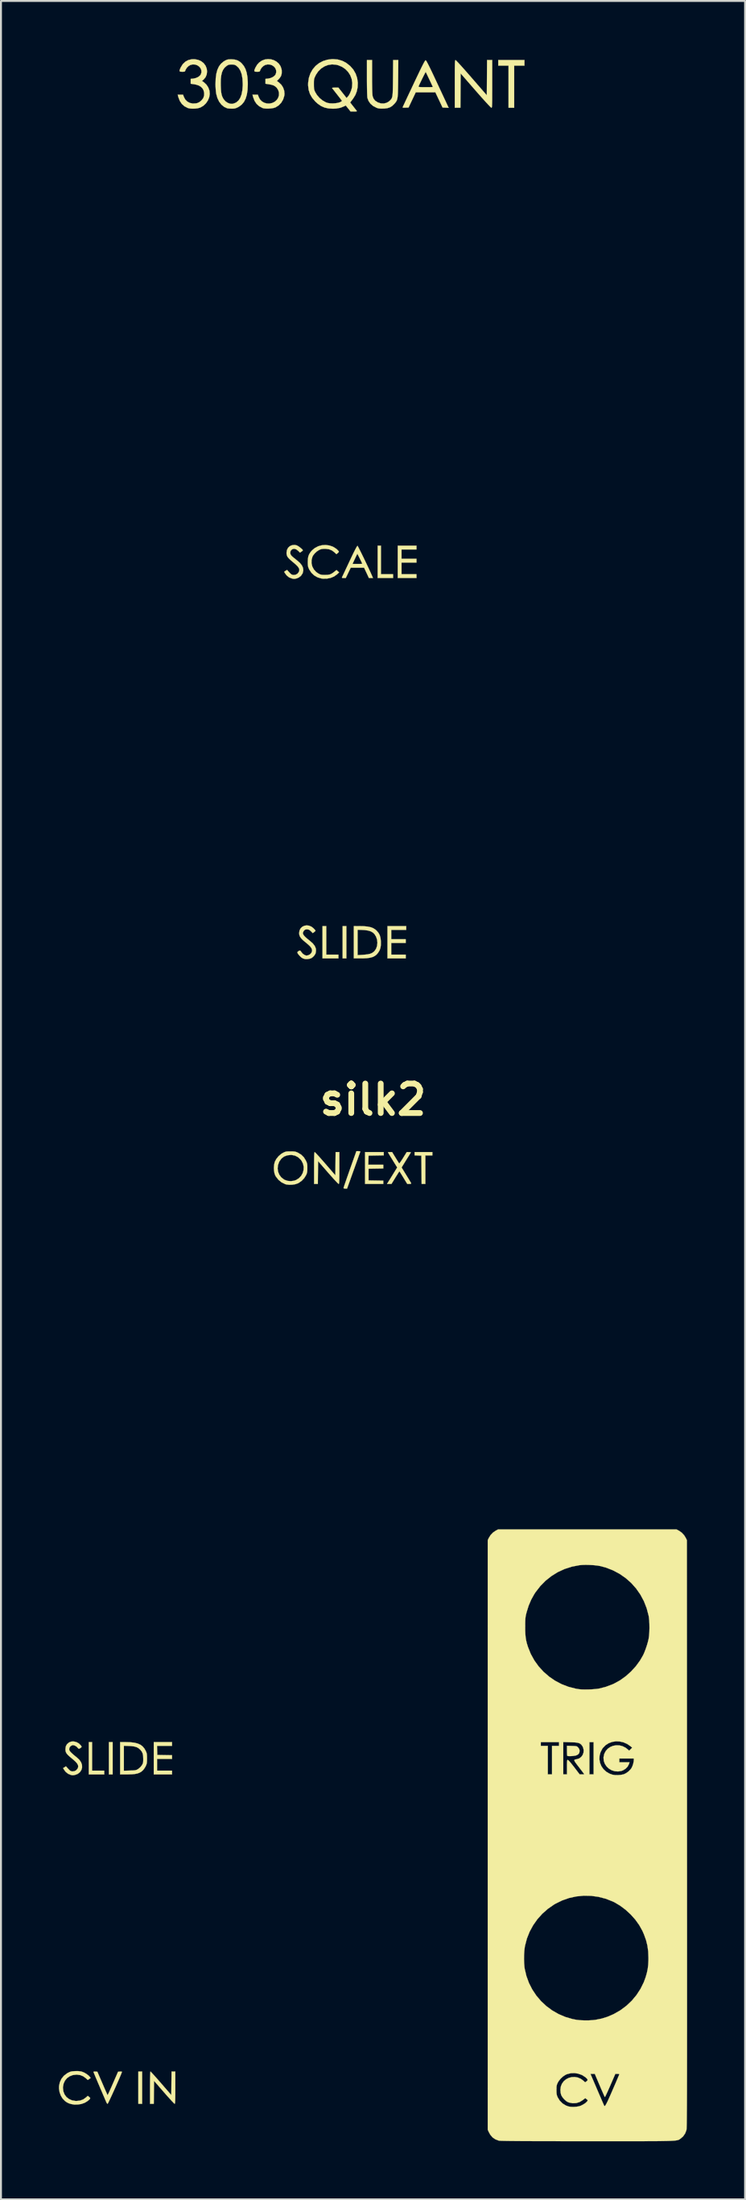
<source format=kicad_pcb>
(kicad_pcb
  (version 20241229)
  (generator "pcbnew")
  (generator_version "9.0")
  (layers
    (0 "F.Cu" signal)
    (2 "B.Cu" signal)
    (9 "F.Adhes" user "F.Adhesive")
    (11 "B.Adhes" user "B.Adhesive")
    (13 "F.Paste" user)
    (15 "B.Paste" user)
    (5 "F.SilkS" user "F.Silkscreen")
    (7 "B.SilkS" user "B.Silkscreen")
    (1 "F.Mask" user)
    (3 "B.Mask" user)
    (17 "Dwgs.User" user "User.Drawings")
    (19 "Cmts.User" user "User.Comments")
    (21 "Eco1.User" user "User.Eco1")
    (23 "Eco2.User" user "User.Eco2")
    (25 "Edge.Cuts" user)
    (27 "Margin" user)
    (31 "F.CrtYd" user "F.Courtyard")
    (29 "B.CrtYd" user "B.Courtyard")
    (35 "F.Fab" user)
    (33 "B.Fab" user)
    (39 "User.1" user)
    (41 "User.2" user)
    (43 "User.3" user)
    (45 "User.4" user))
  (footprint "silk2"
    (layer "F.Cu")
    (at 16.254 53.805)
    (property "Reference" "silk2" (at 0 0 0) (layer "F.SilkS") (effects (font (size 1.524 1.524) (thickness 0.3))))
    (attr through_hole)
    (fp_poly (pts (xy -13.474 34.883) (xy -13.668 34.883) (xy -13.668 33.214) (xy -13.474 33.214) (xy -13.474 34.883)) (stroke (width 0.01) (type solid)) (fill yes) (layer "F.SilkS"))
    (fp_poly (pts (xy -11.95 51.913) (xy -12.144 51.913) (xy -12.144 50.244) (xy -11.95 50.244) (xy -11.95 51.913)) (stroke (width 0.01) (type solid)) (fill yes) (layer "F.SilkS"))
    (fp_poly (pts (xy -1.379 -7.306) (xy -1.572 -7.306) (xy -1.572 -8.975) (xy -1.379 -8.975) (xy -1.379 -7.306)) (stroke (width 0.01) (type solid)) (fill yes) (layer "F.SilkS"))
    (fp_poly (pts (xy -14.538 34.689) (xy -13.91 34.689) (xy -13.91 34.883) (xy -14.708 34.883) (xy -14.708 33.214) (xy -14.538 33.214) (xy -14.538 34.689)) (stroke (width 0.01) (type solid)) (fill yes) (layer "F.SilkS"))
    (fp_poly (pts (xy -2.419 -7.499) (xy -1.79 -7.499) (xy -1.79 -7.306) (xy -2.613 -7.306) (xy -2.613 -8.975) (xy -2.419 -8.975) (xy -2.419 -7.499)) (stroke (width 0.01) (type solid)) (fill yes) (layer "F.SilkS"))
    (fp_poly (pts (xy 0.411 -27.166) (xy 1.04 -27.166) (xy 1.04 -26.972) (xy 0.242 -26.972) (xy 0.242 -28.642) (xy 0.411 -28.642) (xy 0.411 -27.166)) (stroke (width 0.01) (type solid)) (fill yes) (layer "F.SilkS"))
    (fp_poly (pts (xy 7.838 -53.461) (xy 7.306 -53.461) (xy 7.306 -51.284) (xy 7.015 -51.284) (xy 7.015 -53.461) (xy 6.483 -53.461) (xy 6.483 -53.751) (xy 7.838 -53.751) (xy 7.838 -53.461)) (stroke (width 0.01) (type solid)) (fill yes) (layer "F.SilkS"))
    (fp_poly (pts (xy 3.072 2.879) (xy 2.709 2.879) (xy 2.709 4.354) (xy 2.517 4.354) (xy 2.504 2.891) (xy 2.328 2.884) (xy 2.153 2.877) (xy 2.153 2.709) (xy 3.072 2.709) (xy 3.072 2.879)) (stroke (width 0.01) (type solid)) (fill yes) (layer "F.SilkS"))
    (fp_poly (pts (xy 1.718 -8.781) (xy 0.943 -8.781) (xy 0.943 -8.297) (xy 1.693 -8.297) (xy 1.693 -8.104) (xy 0.943 -8.104) (xy 0.943 -7.499) (xy 1.693 -7.499) (xy 1.693 -7.306) (xy 0.75 -7.306) (xy 0.75 -8.975) (xy 1.718 -8.975) (xy 1.718 -8.781)) (stroke (width 0.01) (type solid)) (fill yes) (layer "F.SilkS"))
    (fp_poly (pts (xy 2.25 -28.448) (xy 1.476 -28.448) (xy 1.476 -27.964) (xy 2.25 -27.964) (xy 2.25 -27.771) (xy 1.476 -27.771) (xy 1.476 -27.166) (xy 2.25 -27.166) (xy 2.25 -26.972) (xy 1.282 -26.972) (xy 1.282 -28.642) (xy 2.25 -28.642) (xy 2.25 -28.448)) (stroke (width 0.01) (type solid)) (fill yes) (layer "F.SilkS"))
    (fp_poly (pts (xy -10.402 33.407) (xy -11.178 33.407) (xy -11.171 33.643) (xy -11.164 33.879) (xy -10.402 33.892) (xy -10.402 34.084) (xy -11.176 34.084) (xy -11.176 34.689) (xy -10.402 34.689) (xy -10.402 34.883) (xy -11.345 34.883) (xy -11.345 33.214) (xy -10.402 33.214) (xy -10.402 33.407)) (stroke (width 0.01) (type solid)) (fill yes) (layer "F.SilkS"))
    (fp_poly (pts (xy 0.556 2.877) (xy -0.23 2.891) (xy -0.237 3.127) (xy -0.244 3.362) (xy 0.532 3.362) (xy 0.532 3.555) (xy -0.23 3.568) (xy -0.23 4.173) (xy 0.532 4.186) (xy 0.532 4.354) (xy -0.411 4.354) (xy -0.411 2.709) (xy 0.556 2.709) (xy 0.556 2.877)) (stroke (width 0.01) (type solid)) (fill yes) (layer "F.SilkS"))
    (fp_poly (pts (xy 10.295 33.411) (xy 10.409 33.415) (xy 10.486 33.421) (xy 10.536 33.431) (xy 10.571 33.448) (xy 10.601 33.476) (xy 10.622 33.498) (xy 10.674 33.575) (xy 10.692 33.657) (xy 10.692 33.672) (xy 10.674 33.774) (xy 10.617 33.849) (xy 10.52 33.899) (xy 10.453 33.915) (xy 10.357 33.929) (xy 10.257 33.937) (xy 10.164 33.939) (xy 10.092 33.934) (xy 10.055 33.923) (xy 10.055 33.923) (xy 10.048 33.894) (xy 10.043 33.827) (xy 10.04 33.733) (xy 10.039 33.655) (xy 10.039 33.403) (xy 10.295 33.411)) (stroke (width 0.01) (type solid)) (fill yes) (layer "F.SilkS"))
    (fp_poly (pts (xy -0.685 2.666) (xy -0.659 2.681) (xy -0.66 2.691) (xy -0.67 2.72) (xy -0.695 2.789) (xy -0.733 2.894) (xy -0.781 3.03) (xy -0.839 3.191) (xy -0.904 3.373) (xy -0.975 3.571) (xy -1.007 3.659) (xy -1.343 4.596) (xy -1.433 4.596) (xy -1.498 4.589) (xy -1.524 4.568) (xy -1.524 4.566) (xy -1.516 4.537) (xy -1.494 4.468) (xy -1.459 4.363) (xy -1.412 4.228) (xy -1.356 4.066) (xy -1.292 3.884) (xy -1.223 3.686) (xy -1.192 3.599) (xy -0.859 2.662) (xy -0.753 2.661) (xy -0.685 2.666)) (stroke (width 0.01) (type solid)) (fill yes) (layer "F.SilkS"))
    (fp_poly (pts (xy -10.233 51.078) (xy -10.233 51.307) (xy -10.234 51.491) (xy -10.236 51.636) (xy -10.239 51.746) (xy -10.243 51.823) (xy -10.248 51.874) (xy -10.255 51.903) (xy -10.264 51.913) (xy -10.265 51.913) (xy -10.289 51.895) (xy -10.339 51.845) (xy -10.414 51.767) (xy -10.507 51.665) (xy -10.617 51.544) (xy -10.738 51.407) (xy -10.816 51.318) (xy -11.333 50.724) (xy -11.346 51.913) (xy -11.539 51.913) (xy -11.539 51.078) (xy -11.538 50.88) (xy -11.537 50.699) (xy -11.534 50.541) (xy -11.53 50.412) (xy -11.526 50.315) (xy -11.522 50.258) (xy -11.518 50.244) (xy -11.497 50.261) (xy -11.449 50.311) (xy -11.377 50.389) (xy -11.285 50.492) (xy -11.177 50.613) (xy -11.057 50.75) (xy -10.967 50.853) (xy -10.438 51.463) (xy -10.432 50.853) (xy -10.425 50.244) (xy -10.233 50.244) (xy -10.233 51.078)) (stroke (width 0.01) (type solid)) (fill yes) (layer "F.SilkS"))
    (fp_poly (pts (xy -1.742 3.532) (xy -1.742 3.756) (xy -1.743 3.936) (xy -1.744 4.077) (xy -1.747 4.183) (xy -1.751 4.259) (xy -1.756 4.309) (xy -1.763 4.339) (xy -1.771 4.352) (xy -1.778 4.354) (xy -1.802 4.337) (xy -1.853 4.287) (xy -1.928 4.209) (xy -2.023 4.107) (xy -2.132 3.986) (xy -2.253 3.85) (xy -2.328 3.765) (xy -2.842 3.175) (xy -2.849 3.765) (xy -2.855 4.354) (xy -3.048 4.354) (xy -3.048 3.532) (xy -3.048 3.301) (xy -3.046 3.114) (xy -3.044 2.969) (xy -3.041 2.859) (xy -3.036 2.783) (xy -3.03 2.736) (xy -3.023 2.713) (xy -3.018 2.71) (xy -2.995 2.728) (xy -2.945 2.778) (xy -2.872 2.857) (xy -2.778 2.959) (xy -2.67 3.081) (xy -2.549 3.218) (xy -2.467 3.312) (xy -1.947 3.913) (xy -1.941 3.311) (xy -1.934 2.709) (xy -1.742 2.709) (xy -1.742 3.532)) (stroke (width 0.01) (type solid)) (fill yes) (layer "F.SilkS"))
    (fp_poly (pts (xy -0.708 -8.974) (xy -0.476 -8.969) (xy -0.285 -8.951) (xy -0.127 -8.919) (xy 0.002 -8.871) (xy 0.11 -8.806) (xy 0.187 -8.739) (xy 0.282 -8.628) (xy 0.347 -8.509) (xy 0.387 -8.37) (xy 0.406 -8.199) (xy 0.407 -8.173) (xy 0.406 -7.993) (xy 0.384 -7.846) (xy 0.338 -7.718) (xy 0.265 -7.598) (xy 0.185 -7.504) (xy 0.093 -7.432) (xy -0.017 -7.378) (xy -0.153 -7.34) (xy -0.32 -7.317) (xy -0.525 -7.307) (xy -0.635 -7.306) (xy -0.992 -7.306) (xy -0.992 -7.475) (xy -0.798 -7.475) (xy -0.744 -7.476) (xy -0.698 -7.478) (xy -0.616 -7.484) (xy -0.512 -7.491) (xy -0.435 -7.497) (xy -0.27 -7.515) (xy -0.142 -7.545) (xy -0.042 -7.588) (xy 0.043 -7.651) (xy 0.077 -7.684) (xy 0.16 -7.805) (xy 0.211 -7.951) (xy 0.229 -8.112) (xy 0.212 -8.275) (xy 0.159 -8.428) (xy 0.088 -8.547) (xy -0.000327 -8.637) (xy -0.111 -8.702) (xy -0.253 -8.745) (xy -0.43 -8.77) (xy -0.526 -8.776) (xy -0.798 -8.788) (xy -0.798 -7.475) (xy -0.992 -7.475) (xy -0.992 -8.975) (xy -0.708 -8.974)) (stroke (width 0.01) (type solid)) (fill yes) (layer "F.SilkS"))
    (fp_poly (pts (xy 6.169 -52.516) (xy 6.169 -52.24) (xy 6.168 -52.008) (xy 6.168 -51.818) (xy 6.167 -51.664) (xy 6.165 -51.542) (xy 6.162 -51.45) (xy 6.159 -51.383) (xy 6.155 -51.337) (xy 6.149 -51.309) (xy 6.142 -51.293) (xy 6.133 -51.288) (xy 6.123 -51.288) (xy 6.122 -51.288) (xy 6.097 -51.308) (xy 6.043 -51.36) (xy 5.965 -51.442) (xy 5.864 -51.551) (xy 5.744 -51.683) (xy 5.609 -51.833) (xy 5.462 -52) (xy 5.305 -52.178) (xy 4.536 -53.061) (xy 4.523 -51.284) (xy 4.233 -51.284) (xy 4.233 -52.519) (xy 4.233 -52.796) (xy 4.234 -53.028) (xy 4.234 -53.219) (xy 4.236 -53.374) (xy 4.238 -53.495) (xy 4.24 -53.588) (xy 4.244 -53.655) (xy 4.248 -53.7) (xy 4.254 -53.728) (xy 4.261 -53.743) (xy 4.27 -53.747) (xy 4.275 -53.747) (xy 4.298 -53.727) (xy 4.35 -53.675) (xy 4.428 -53.593) (xy 4.527 -53.485) (xy 4.644 -53.354) (xy 4.778 -53.204) (xy 4.923 -53.039) (xy 5.078 -52.862) (xy 5.103 -52.833) (xy 5.89 -51.927) (xy 5.897 -52.839) (xy 5.903 -53.751) (xy 6.169 -53.751) (xy 6.169 -52.516)) (stroke (width 0.01) (type solid)) (fill yes) (layer "F.SilkS"))
    (fp_poly (pts (xy -12.998 50.254) (xy -12.997 50.277) (xy -13 50.284) (xy -13.031 50.364) (xy -13.075 50.472) (xy -13.131 50.604) (xy -13.196 50.753) (xy -13.267 50.914) (xy -13.341 51.08) (xy -13.416 51.246) (xy -13.489 51.406) (xy -13.557 51.554) (xy -13.618 51.684) (xy -13.669 51.79) (xy -13.707 51.867) (xy -13.73 51.908) (xy -13.735 51.913) (xy -13.765 51.893) (xy -13.796 51.843) (xy -13.8 51.834) (xy -13.817 51.793) (xy -13.851 51.714) (xy -13.899 51.602) (xy -13.959 51.463) (xy -14.027 51.304) (xy -14.102 51.13) (xy -14.149 51.018) (xy -14.225 50.841) (xy -14.294 50.678) (xy -14.355 50.535) (xy -14.404 50.416) (xy -14.441 50.327) (xy -14.462 50.274) (xy -14.466 50.261) (xy -14.445 50.25) (xy -14.391 50.247) (xy -14.366 50.248) (xy -14.266 50.256) (xy -14.007 50.854) (xy -13.939 51.013) (xy -13.876 51.156) (xy -13.822 51.279) (xy -13.779 51.376) (xy -13.75 51.439) (xy -13.737 51.464) (xy -13.737 51.464) (xy -13.725 51.446) (xy -13.696 51.389) (xy -13.653 51.299) (xy -13.599 51.18) (xy -13.536 51.04) (xy -13.467 50.882) (xy -13.46 50.866) (xy -13.194 50.256) (xy -13.089 50.248) (xy -13.025 50.246) (xy -12.998 50.254)) (stroke (width 0.01) (type solid)) (fill yes) (layer "F.SilkS"))
    (fp_poly (pts (xy -12.803 33.214) (xy -12.554 33.221) (xy -12.347 33.245) (xy -12.176 33.288) (xy -12.036 33.351) (xy -11.922 33.437) (xy -11.829 33.549) (xy -11.759 33.673) (xy -11.73 33.741) (xy -11.711 33.803) (xy -11.701 33.875) (xy -11.697 33.971) (xy -11.696 34.06) (xy -11.698 34.182) (xy -11.703 34.269) (xy -11.716 34.337) (xy -11.738 34.401) (xy -11.759 34.449) (xy -11.81 34.54) (xy -11.871 34.627) (xy -11.907 34.669) (xy -11.989 34.74) (xy -12.08 34.794) (xy -12.187 34.834) (xy -12.317 34.86) (xy -12.478 34.876) (xy -12.677 34.882) (xy -12.752 34.883) (xy -13.087 34.883) (xy -13.087 34.695) (xy -12.894 34.695) (xy -12.582 34.685) (xy -12.452 34.681) (xy -12.36 34.675) (xy -12.293 34.665) (xy -12.243 34.651) (xy -12.196 34.629) (xy -12.153 34.603) (xy -12.042 34.512) (xy -11.963 34.412) (xy -11.927 34.351) (xy -11.906 34.297) (xy -11.894 34.236) (xy -11.89 34.151) (xy -11.89 34.074) (xy -11.896 33.923) (xy -11.919 33.805) (xy -11.963 33.708) (xy -12.033 33.619) (xy -12.056 33.595) (xy -12.141 33.524) (xy -12.237 33.473) (xy -12.353 33.439) (xy -12.501 33.419) (xy -12.621 33.412) (xy -12.894 33.401) (xy -12.894 34.695) (xy -13.087 34.695) (xy -13.087 33.214) (xy -12.803 33.214)) (stroke (width 0.01) (type solid)) (fill yes) (layer "F.SilkS"))
    (fp_poly (pts (xy -0.787 -28.614) (xy -0.754 -28.554) (xy -0.706 -28.461) (xy -0.646 -28.342) (xy -0.577 -28.202) (xy -0.501 -28.047) (xy -0.422 -27.883) (xy -0.342 -27.715) (xy -0.263 -27.55) (xy -0.19 -27.393) (xy -0.124 -27.25) (xy -0.069 -27.126) (xy -0.036 -27.051) (xy -0.002 -26.972) (xy -0.211 -26.972) (xy -0.335 -27.238) (xy -0.46 -27.505) (xy -1.153 -27.505) (xy -1.41 -26.972) (xy -1.516 -26.972) (xy -1.581 -26.975) (xy -1.607 -26.985) (xy -1.605 -27.008) (xy -1.602 -27.015) (xy -1.587 -27.046) (xy -1.554 -27.115) (xy -1.505 -27.218) (xy -1.443 -27.349) (xy -1.371 -27.503) (xy -1.29 -27.675) (xy -1.279 -27.698) (xy -1.062 -27.698) (xy -0.809 -27.698) (xy -0.705 -27.699) (xy -0.622 -27.701) (xy -0.569 -27.704) (xy -0.556 -27.707) (xy -0.566 -27.734) (xy -0.592 -27.792) (xy -0.63 -27.871) (xy -0.673 -27.96) (xy -0.718 -28.051) (xy -0.759 -28.131) (xy -0.791 -28.192) (xy -0.809 -28.223) (xy -0.812 -28.225) (xy -0.824 -28.201) (xy -0.853 -28.142) (xy -0.894 -28.057) (xy -0.941 -27.957) (xy -1.062 -27.698) (xy -1.279 -27.698) (xy -1.208 -27.85) (xy -1.099 -28.08) (xy -1.006 -28.272) (xy -0.929 -28.425) (xy -0.87 -28.537) (xy -0.828 -28.608) (xy -0.805 -28.636) (xy -0.803 -28.636) (xy -0.787 -28.614)) (stroke (width 0.01) (type solid)) (fill yes) (layer "F.SilkS"))
    (fp_poly (pts (xy -15.128 50.238) (xy -15.068 50.252) (xy -14.945 50.301) (xy -14.821 50.374) (xy -14.714 50.457) (xy -14.662 50.513) (xy -14.613 50.575) (xy -14.686 50.629) (xy -14.759 50.682) (xy -14.857 50.593) (xy -15 50.489) (xy -15.152 50.428) (xy -15.325 50.405) (xy -15.349 50.405) (xy -15.535 50.427) (xy -15.698 50.489) (xy -15.836 50.586) (xy -15.943 50.716) (xy -16.014 50.872) (xy -16.046 51.051) (xy -16.047 51.092) (xy -16.026 51.271) (xy -15.964 51.429) (xy -15.866 51.562) (xy -15.735 51.665) (xy -15.577 51.735) (xy -15.397 51.766) (xy -15.349 51.768) (xy -15.163 51.748) (xy -15.001 51.689) (xy -14.869 51.597) (xy -14.762 51.502) (xy -14.698 51.552) (xy -14.655 51.593) (xy -14.635 51.625) (xy -14.635 51.627) (xy -14.655 51.667) (xy -14.709 51.72) (xy -14.786 51.779) (xy -14.877 51.836) (xy -14.941 51.869) (xy -15.099 51.923) (xy -15.28 51.951) (xy -15.463 51.952) (xy -15.622 51.925) (xy -15.732 51.891) (xy -15.815 51.853) (xy -15.895 51.802) (xy -15.945 51.764) (xy -16.062 51.644) (xy -16.155 51.491) (xy -16.219 51.317) (xy -16.249 51.132) (xy -16.248 50.997) (xy -16.206 50.797) (xy -16.122 50.618) (xy -15.998 50.465) (xy -15.836 50.34) (xy -15.791 50.315) (xy -15.709 50.274) (xy -15.638 50.249) (xy -15.559 50.234) (xy -15.455 50.226) (xy -15.419 50.224) (xy -15.257 50.223) (xy -15.128 50.238)) (stroke (width 0.01) (type solid)) (fill yes) (layer "F.SilkS"))
    (fp_poly (pts (xy 1.163 2.994) (xy 1.228 3.099) (xy 1.284 3.189) (xy 1.327 3.256) (xy 1.352 3.293) (xy 1.354 3.297) (xy 1.372 3.284) (xy 1.41 3.237) (xy 1.463 3.161) (xy 1.526 3.064) (xy 1.558 3.012) (xy 1.746 2.709) (xy 1.853 2.709) (xy 1.917 2.712) (xy 1.955 2.718) (xy 1.959 2.721) (xy 1.947 2.746) (xy 1.916 2.799) (xy 1.878 2.86) (xy 1.833 2.933) (xy 1.77 3.032) (xy 1.7 3.146) (xy 1.638 3.246) (xy 1.479 3.504) (xy 1.722 3.899) (xy 1.799 4.024) (xy 1.867 4.135) (xy 1.922 4.227) (xy 1.96 4.292) (xy 1.977 4.324) (xy 1.977 4.324) (xy 1.968 4.344) (xy 1.919 4.353) (xy 1.881 4.354) (xy 1.773 4.354) (xy 1.574 4.028) (xy 1.506 3.917) (xy 1.447 3.822) (xy 1.401 3.75) (xy 1.373 3.709) (xy 1.367 3.701) (xy 1.352 3.721) (xy 1.317 3.774) (xy 1.265 3.856) (xy 1.201 3.957) (xy 1.157 4.027) (xy 0.956 4.354) (xy 0.725 4.354) (xy 0.82 4.203) (xy 0.871 4.122) (xy 0.938 4.014) (xy 1.013 3.893) (xy 1.084 3.778) (xy 1.253 3.504) (xy 1.014 3.117) (xy 0.939 2.995) (xy 0.873 2.888) (xy 0.821 2.802) (xy 0.787 2.743) (xy 0.774 2.719) (xy 0.774 2.719) (xy 0.796 2.713) (xy 0.85 2.71) (xy 0.881 2.709) (xy 0.989 2.709) (xy 1.163 2.994)) (stroke (width 0.01) (type solid)) (fill yes) (layer "F.SilkS"))
    (fp_poly (pts (xy -0.048 -52.882) (xy -0.048 -52.633) (xy -0.045 -52.413) (xy -0.042 -52.226) (xy -0.037 -52.074) (xy -0.03 -51.963) (xy -0.023 -51.895) (xy -0.022 -51.889) (xy 0.028 -51.754) (xy 0.114 -51.647) (xy 0.241 -51.565) (xy 0.253 -51.559) (xy 0.409 -51.509) (xy 0.564 -51.504) (xy 0.709 -51.541) (xy 0.838 -51.62) (xy 0.869 -51.649) (xy 0.907 -51.687) (xy 0.939 -51.724) (xy 0.964 -51.763) (xy 0.984 -51.81) (xy 1 -51.869) (xy 1.011 -51.945) (xy 1.02 -52.044) (xy 1.025 -52.17) (xy 1.029 -52.328) (xy 1.032 -52.524) (xy 1.034 -52.762) (xy 1.035 -52.826) (xy 1.043 -53.751) (xy 1.309 -53.751) (xy 1.301 -52.79) (xy 1.298 -52.531) (xy 1.295 -52.315) (xy 1.291 -52.139) (xy 1.286 -51.995) (xy 1.277 -51.88) (xy 1.265 -51.789) (xy 1.249 -51.716) (xy 1.228 -51.657) (xy 1.201 -51.607) (xy 1.168 -51.561) (xy 1.128 -51.513) (xy 1.101 -51.483) (xy 0.993 -51.379) (xy 0.881 -51.308) (xy 0.753 -51.265) (xy 0.596 -51.244) (xy 0.532 -51.242) (xy 0.406 -51.241) (xy 0.312 -51.248) (xy 0.235 -51.265) (xy 0.184 -51.283) (xy 0.007 -51.375) (xy -0.133 -51.495) (xy -0.233 -51.64) (xy -0.288 -51.792) (xy -0.295 -51.844) (xy -0.3 -51.941) (xy -0.305 -52.076) (xy -0.309 -52.246) (xy -0.312 -52.445) (xy -0.314 -52.67) (xy -0.314 -52.826) (xy -0.314 -53.751) (xy -0.048 -53.751) (xy -0.048 -52.882)) (stroke (width 0.01) (type solid)) (fill yes) (layer "F.SilkS"))
    (fp_poly (pts (xy -2.26 -28.653) (xy -2.076 -28.591) (xy -1.911 -28.489) (xy -1.853 -28.44) (xy -1.803 -28.387) (xy -1.771 -28.346) (xy -1.766 -28.332) (xy -1.783 -28.301) (xy -1.826 -28.259) (xy -1.831 -28.255) (xy -1.895 -28.205) (xy -1.982 -28.289) (xy -2.119 -28.394) (xy -2.275 -28.458) (xy -2.455 -28.482) (xy -2.492 -28.482) (xy -2.603 -28.478) (xy -2.688 -28.463) (xy -2.767 -28.432) (xy -2.796 -28.418) (xy -2.908 -28.344) (xy -3.013 -28.247) (xy -3.097 -28.142) (xy -3.134 -28.074) (xy -3.18 -27.904) (xy -3.182 -27.732) (xy -3.142 -27.566) (xy -3.062 -27.415) (xy -2.946 -27.286) (xy -2.83 -27.205) (xy -2.761 -27.168) (xy -2.701 -27.146) (xy -2.636 -27.134) (xy -2.547 -27.13) (xy -2.48 -27.13) (xy -2.347 -27.134) (xy -2.245 -27.151) (xy -2.157 -27.186) (xy -2.064 -27.246) (xy -1.991 -27.302) (xy -1.89 -27.384) (xy -1.822 -27.323) (xy -1.754 -27.262) (xy -1.869 -27.155) (xy -2.016 -27.051) (xy -2.191 -26.978) (xy -2.385 -26.94) (xy -2.587 -26.938) (xy -2.68 -26.95) (xy -2.871 -27.007) (xy -3.042 -27.106) (xy -3.186 -27.242) (xy -3.299 -27.412) (xy -3.307 -27.428) (xy -3.338 -27.498) (xy -3.358 -27.562) (xy -3.369 -27.634) (xy -3.373 -27.729) (xy -3.374 -27.807) (xy -3.367 -27.97) (xy -3.344 -28.1) (xy -3.298 -28.211) (xy -3.226 -28.318) (xy -3.156 -28.399) (xy -3.006 -28.525) (xy -2.834 -28.613) (xy -2.646 -28.665) (xy -2.452 -28.678) (xy -2.26 -28.653)) (stroke (width 0.01) (type solid)) (fill yes) (layer "F.SilkS"))
    (fp_poly (pts (xy -15.346 33.215) (xy -15.225 33.281) (xy -15.127 33.378) (xy -15.123 33.382) (xy -15.088 33.433) (xy -15.081 33.462) (xy -15.1 33.485) (xy -15.111 33.494) (xy -15.176 33.541) (xy -15.219 33.557) (xy -15.253 33.541) (xy -15.287 33.5) (xy -15.354 33.435) (xy -15.437 33.389) (xy -15.519 33.368) (xy -15.562 33.372) (xy -15.65 33.42) (xy -15.707 33.495) (xy -15.724 33.572) (xy -15.717 33.627) (xy -15.69 33.679) (xy -15.636 33.741) (xy -15.609 33.767) (xy -15.528 33.842) (xy -15.43 33.925) (xy -15.345 33.992) (xy -15.206 34.118) (xy -15.111 34.251) (xy -15.061 34.389) (xy -15.056 34.527) (xy -15.089 34.646) (xy -15.168 34.767) (xy -15.281 34.855) (xy -15.41 34.905) (xy -15.485 34.921) (xy -15.536 34.926) (xy -15.585 34.921) (xy -15.643 34.908) (xy -15.775 34.854) (xy -15.894 34.762) (xy -15.969 34.668) (xy -16.038 34.559) (xy -15.891 34.465) (xy -15.777 34.591) (xy -15.707 34.663) (xy -15.651 34.704) (xy -15.595 34.724) (xy -15.567 34.729) (xy -15.456 34.719) (xy -15.359 34.668) (xy -15.287 34.582) (xy -15.274 34.554) (xy -15.256 34.479) (xy -15.266 34.405) (xy -15.309 34.324) (xy -15.386 34.233) (xy -15.502 34.127) (xy -15.574 34.066) (xy -15.7 33.961) (xy -15.792 33.876) (xy -15.854 33.804) (xy -15.892 33.736) (xy -15.911 33.666) (xy -15.917 33.586) (xy -15.917 33.576) (xy -15.899 33.437) (xy -15.841 33.326) (xy -15.743 33.239) (xy -15.725 33.228) (xy -15.607 33.185) (xy -15.477 33.182) (xy -15.346 33.215)) (stroke (width 0.01) (type solid)) (fill yes) (layer "F.SilkS"))
    (fp_poly (pts (xy -3.965 -28.665) (xy -3.909 -28.641) (xy -3.839 -28.597) (xy -3.764 -28.542) (xy -3.697 -28.485) (xy -3.648 -28.436) (xy -3.629 -28.403) (xy -3.629 -28.402) (xy -3.647 -28.38) (xy -3.692 -28.344) (xy -3.704 -28.335) (xy -3.778 -28.283) (xy -3.869 -28.374) (xy -3.969 -28.451) (xy -4.066 -28.483) (xy -4.15 -28.472) (xy -4.232 -28.42) (xy -4.275 -28.342) (xy -4.282 -28.279) (xy -4.277 -28.23) (xy -4.261 -28.183) (xy -4.227 -28.134) (xy -4.171 -28.077) (xy -4.087 -28.005) (xy -3.97 -27.912) (xy -3.94 -27.889) (xy -3.787 -27.755) (xy -3.681 -27.625) (xy -3.622 -27.496) (xy -3.607 -27.366) (xy -3.636 -27.234) (xy -3.651 -27.199) (xy -3.727 -27.087) (xy -3.838 -27) (xy -3.955 -26.951) (xy -4.037 -26.932) (xy -4.102 -26.929) (xy -4.176 -26.942) (xy -4.197 -26.947) (xy -4.34 -27.002) (xy -4.458 -27.096) (xy -4.511 -27.161) (xy -4.556 -27.224) (xy -4.587 -27.271) (xy -4.596 -27.288) (xy -4.577 -27.307) (xy -4.532 -27.339) (xy -4.522 -27.345) (xy -4.447 -27.389) (xy -4.334 -27.263) (xy -4.265 -27.192) (xy -4.209 -27.151) (xy -4.152 -27.131) (xy -4.124 -27.126) (xy -4.014 -27.136) (xy -3.917 -27.187) (xy -3.846 -27.272) (xy -3.833 -27.298) (xy -3.813 -27.364) (xy -3.815 -27.427) (xy -3.841 -27.492) (xy -3.895 -27.566) (xy -3.981 -27.654) (xy -4.102 -27.76) (xy -4.159 -27.808) (xy -4.28 -27.911) (xy -4.366 -27.995) (xy -4.423 -28.067) (xy -4.456 -28.136) (xy -4.472 -28.21) (xy -4.475 -28.279) (xy -4.454 -28.417) (xy -4.395 -28.532) (xy -4.305 -28.617) (xy -4.19 -28.668) (xy -4.058 -28.681) (xy -3.965 -28.665)) (stroke (width 0.01) (type solid)) (fill yes) (layer "F.SilkS"))
    (fp_poly (pts (xy -3.313 -8.997) (xy -3.19 -8.947) (xy -3.08 -8.862) (xy -3.024 -8.804) (xy -2.987 -8.758) (xy -2.975 -8.738) (xy -2.993 -8.712) (xy -3.037 -8.673) (xy -3.046 -8.666) (xy -3.116 -8.613) (xy -3.212 -8.709) (xy -3.288 -8.774) (xy -3.359 -8.804) (xy -3.448 -8.808) (xy -3.471 -8.807) (xy -3.533 -8.78) (xy -3.588 -8.722) (xy -3.623 -8.649) (xy -3.629 -8.607) (xy -3.616 -8.553) (xy -3.576 -8.49) (xy -3.506 -8.414) (xy -3.401 -8.32) (xy -3.266 -8.212) (xy -3.116 -8.08) (xy -3.015 -7.95) (xy -2.961 -7.822) (xy -2.951 -7.74) (xy -2.957 -7.654) (xy -2.97 -7.576) (xy -2.977 -7.555) (xy -3.026 -7.47) (xy -3.102 -7.385) (xy -3.186 -7.322) (xy -3.193 -7.318) (xy -3.281 -7.288) (xy -3.39 -7.271) (xy -3.496 -7.271) (xy -3.544 -7.279) (xy -3.63 -7.307) (xy -3.703 -7.351) (xy -3.778 -7.42) (xy -3.82 -7.466) (xy -3.882 -7.542) (xy -3.911 -7.594) (xy -3.909 -7.632) (xy -3.876 -7.666) (xy -3.859 -7.678) (xy -3.807 -7.708) (xy -3.771 -7.709) (xy -3.737 -7.676) (xy -3.706 -7.631) (xy -3.637 -7.549) (xy -3.551 -7.487) (xy -3.466 -7.453) (xy -3.439 -7.451) (xy -3.34 -7.47) (xy -3.253 -7.521) (xy -3.188 -7.595) (xy -3.154 -7.68) (xy -3.154 -7.745) (xy -3.175 -7.811) (xy -3.214 -7.878) (xy -3.278 -7.95) (xy -3.37 -8.036) (xy -3.497 -8.141) (xy -3.628 -8.251) (xy -3.721 -8.347) (xy -3.781 -8.436) (xy -3.813 -8.524) (xy -3.822 -8.617) (xy -3.802 -8.749) (xy -3.746 -8.857) (xy -3.661 -8.939) (xy -3.556 -8.991) (xy -3.437 -9.011) (xy -3.313 -8.997)) (stroke (width 0.01) (type solid)) (fill yes) (layer "F.SilkS"))
    (fp_poly (pts (xy -4.15 2.675) (xy -4.064 2.681) (xy -3.995 2.696) (xy -3.928 2.72) (xy -3.892 2.737) (xy -3.718 2.841) (xy -3.581 2.976) (xy -3.478 3.141) (xy -3.44 3.222) (xy -3.417 3.289) (xy -3.404 3.358) (xy -3.399 3.447) (xy -3.399 3.531) (xy -3.401 3.649) (xy -3.408 3.734) (xy -3.425 3.804) (xy -3.452 3.875) (xy -3.463 3.899) (xy -3.56 4.055) (xy -3.69 4.193) (xy -3.842 4.3) (xy -3.89 4.325) (xy -4.022 4.369) (xy -4.176 4.394) (xy -4.333 4.399) (xy -4.476 4.383) (xy -4.546 4.364) (xy -4.734 4.271) (xy -4.896 4.139) (xy -5.025 3.974) (xy -5.059 3.914) (xy -5.099 3.802) (xy -5.122 3.66) (xy -5.126 3.561) (xy -4.937 3.561) (xy -4.912 3.727) (xy -4.849 3.881) (xy -4.748 4.015) (xy -4.613 4.121) (xy -4.567 4.147) (xy -4.415 4.198) (xy -4.248 4.212) (xy -4.083 4.189) (xy -3.979 4.152) (xy -3.832 4.059) (xy -3.717 3.937) (xy -3.637 3.794) (xy -3.593 3.637) (xy -3.586 3.475) (xy -3.619 3.314) (xy -3.694 3.163) (xy -3.75 3.09) (xy -3.886 2.967) (xy -4.039 2.89) (xy -4.208 2.857) (xy -4.256 2.856) (xy -4.444 2.878) (xy -4.602 2.938) (xy -4.733 3.038) (xy -4.837 3.178) (xy -4.859 3.218) (xy -4.92 3.389) (xy -4.937 3.561) (xy -5.126 3.561) (xy -5.128 3.506) (xy -5.116 3.356) (xy -5.085 3.225) (xy -5.081 3.211) (xy -5.003 3.064) (xy -4.89 2.924) (xy -4.754 2.806) (xy -4.653 2.745) (xy -4.582 2.711) (xy -4.521 2.69) (xy -4.453 2.678) (xy -4.365 2.674) (xy -4.27 2.673) (xy -4.15 2.675)) (stroke (width 0.01) (type solid)) (fill yes) (layer "F.SilkS"))
    (fp_poly (pts (xy 2.737 -53.73) (xy 2.76 -53.7) (xy 2.791 -53.648) (xy 2.833 -53.569) (xy 2.888 -53.462) (xy 2.956 -53.324) (xy 3.039 -53.152) (xy 3.138 -52.943) (xy 3.255 -52.694) (xy 3.341 -52.51) (xy 3.915 -51.282) (xy 3.757 -51.289) (xy 3.6 -51.296) (xy 3.415 -51.688) (xy 3.229 -52.081) (xy 2.72 -52.082) (xy 2.211 -52.082) (xy 1.84 -51.296) (xy 1.682 -51.289) (xy 1.597 -51.287) (xy 1.552 -51.291) (xy 1.536 -51.304) (xy 1.539 -51.318) (xy 1.551 -51.346) (xy 1.583 -51.414) (xy 1.631 -51.517) (xy 1.694 -51.652) (xy 1.77 -51.814) (xy 1.857 -51.999) (xy 1.954 -52.203) (xy 2.037 -52.378) (xy 2.353 -52.378) (xy 2.359 -52.367) (xy 2.392 -52.358) (xy 2.456 -52.352) (xy 2.557 -52.349) (xy 2.701 -52.348) (xy 2.719 -52.348) (xy 2.848 -52.349) (xy 2.958 -52.35) (xy 3.041 -52.353) (xy 3.088 -52.356) (xy 3.096 -52.358) (xy 3.087 -52.382) (xy 3.06 -52.442) (xy 3.02 -52.527) (xy 2.972 -52.631) (xy 2.919 -52.743) (xy 2.865 -52.855) (xy 2.815 -52.96) (xy 2.773 -53.047) (xy 2.743 -53.108) (xy 2.728 -53.136) (xy 2.728 -53.136) (xy 2.715 -53.118) (xy 2.686 -53.065) (xy 2.645 -52.985) (xy 2.595 -52.886) (xy 2.54 -52.776) (xy 2.486 -52.664) (xy 2.435 -52.558) (xy 2.392 -52.466) (xy 2.361 -52.397) (xy 2.353 -52.378) (xy 2.037 -52.378) (xy 2.057 -52.421) (xy 2.116 -52.547) (xy 2.245 -52.818) (xy 2.355 -53.048) (xy 2.447 -53.24) (xy 2.524 -53.396) (xy 2.586 -53.519) (xy 2.635 -53.612) (xy 2.672 -53.678) (xy 2.699 -53.718) (xy 2.717 -53.737) (xy 2.723 -53.739) (xy 2.737 -53.73)) (stroke (width 0.01) (type solid)) (fill yes) (layer "F.SilkS"))
    (fp_poly (pts (xy -9.045 -53.758) (xy -8.888 -53.687) (xy -8.759 -53.584) (xy -8.663 -53.454) (xy -8.605 -53.302) (xy -8.588 -53.16) (xy -8.608 -52.998) (xy -8.669 -52.857) (xy -8.767 -52.743) (xy -8.771 -52.74) (xy -8.854 -52.672) (xy -8.744 -52.595) (xy -8.622 -52.481) (xy -8.527 -52.337) (xy -8.466 -52.174) (xy -8.464 -52.165) (xy -8.45 -51.994) (xy -8.478 -51.824) (xy -8.545 -51.661) (xy -8.646 -51.513) (xy -8.775 -51.39) (xy -8.929 -51.3) (xy -8.965 -51.285) (xy -9.079 -51.256) (xy -9.217 -51.24) (xy -9.361 -51.237) (xy -9.493 -51.249) (xy -9.583 -51.271) (xy -9.754 -51.358) (xy -9.892 -51.48) (xy -9.998 -51.637) (xy -10.073 -51.832) (xy -10.077 -51.846) (xy -10.107 -51.961) (xy -9.831 -51.961) (xy -9.789 -51.844) (xy -9.716 -51.708) (xy -9.611 -51.604) (xy -9.48 -51.534) (xy -9.328 -51.502) (xy -9.163 -51.511) (xy -9.089 -51.527) (xy -8.979 -51.579) (xy -8.876 -51.665) (xy -8.792 -51.772) (xy -8.777 -51.8) (xy -8.739 -51.923) (xy -8.738 -52.06) (xy -8.771 -52.192) (xy -8.813 -52.269) (xy -8.899 -52.364) (xy -9.013 -52.433) (xy -9.16 -52.481) (xy -9.25 -52.498) (xy -9.434 -52.526) (xy -9.434 -52.777) (xy -9.3 -52.791) (xy -9.176 -52.818) (xy -9.06 -52.868) (xy -8.967 -52.935) (xy -8.914 -53.001) (xy -8.878 -53.116) (xy -8.884 -53.227) (xy -8.926 -53.329) (xy -8.998 -53.415) (xy -9.093 -53.48) (xy -9.206 -53.519) (xy -9.33 -53.525) (xy -9.449 -53.497) (xy -9.546 -53.44) (xy -9.633 -53.354) (xy -9.697 -53.254) (xy -9.716 -53.202) (xy -9.729 -53.171) (xy -9.755 -53.154) (xy -9.808 -53.147) (xy -9.872 -53.146) (xy -9.952 -53.149) (xy -9.998 -53.163) (xy -10.014 -53.194) (xy -10.001 -53.251) (xy -9.963 -53.341) (xy -9.946 -53.377) (xy -9.845 -53.539) (xy -9.714 -53.664) (xy -9.559 -53.749) (xy -9.382 -53.791) (xy -9.226 -53.793) (xy -9.045 -53.758)) (stroke (width 0.01) (type solid)) (fill yes) (layer "F.SilkS"))
    (fp_poly (pts (xy -7.156 -53.775) (xy -7.011 -53.733) (xy -6.883 -53.657) (xy -6.794 -53.578) (xy -6.684 -53.444) (xy -6.599 -53.285) (xy -6.538 -53.095) (xy -6.499 -52.872) (xy -6.481 -52.611) (xy -6.48 -52.493) (xy -6.492 -52.21) (xy -6.528 -51.968) (xy -6.589 -51.763) (xy -6.675 -51.592) (xy -6.789 -51.454) (xy -6.931 -51.345) (xy -6.996 -51.309) (xy -7.09 -51.267) (xy -7.17 -51.245) (xy -7.261 -51.238) (xy -7.315 -51.238) (xy -7.411 -51.241) (xy -7.495 -51.249) (xy -7.548 -51.258) (xy -7.706 -51.331) (xy -7.844 -51.445) (xy -7.96 -51.596) (xy -8.05 -51.78) (xy -8.11 -51.992) (xy -8.116 -52.024) (xy -8.13 -52.128) (xy -8.141 -52.261) (xy -8.149 -52.406) (xy -8.151 -52.518) (xy -8.15 -52.518) (xy -7.881 -52.518) (xy -7.879 -52.421) (xy -7.871 -52.235) (xy -7.858 -52.088) (xy -7.837 -51.971) (xy -7.807 -51.872) (xy -7.764 -51.783) (xy -7.714 -51.704) (xy -7.627 -51.609) (xy -7.516 -51.536) (xy -7.396 -51.492) (xy -7.289 -51.485) (xy -7.206 -51.504) (xy -7.114 -51.541) (xy -7.077 -51.56) (xy -6.963 -51.655) (xy -6.872 -51.791) (xy -6.804 -51.968) (xy -6.761 -52.183) (xy -6.741 -52.437) (xy -6.741 -52.53) (xy -6.756 -52.796) (xy -6.797 -53.023) (xy -6.866 -53.21) (xy -6.962 -53.357) (xy -7.062 -53.449) (xy -7.129 -53.491) (xy -7.192 -53.513) (xy -7.272 -53.521) (xy -7.318 -53.521) (xy -7.412 -53.518) (xy -7.48 -53.503) (xy -7.543 -53.47) (xy -7.575 -53.448) (xy -7.677 -53.36) (xy -7.757 -53.251) (xy -7.816 -53.117) (xy -7.855 -52.954) (xy -7.877 -52.756) (xy -7.881 -52.518) (xy -8.15 -52.518) (xy -8.14 -52.8) (xy -8.108 -53.042) (xy -8.053 -53.247) (xy -7.974 -53.418) (xy -7.87 -53.558) (xy -7.738 -53.67) (xy -7.664 -53.716) (xy -7.593 -53.753) (xy -7.53 -53.774) (xy -7.458 -53.784) (xy -7.359 -53.787) (xy -7.33 -53.788) (xy -7.156 -53.775)) (stroke (width 0.01) (type solid)) (fill yes) (layer "F.SilkS"))
    (fp_poly (pts (xy -5.276 -53.787) (xy -5.125 -53.741) (xy -4.989 -53.665) (xy -4.873 -53.562) (xy -4.786 -53.434) (xy -4.734 -53.284) (xy -4.723 -53.21) (xy -4.724 -53.061) (xy -4.754 -52.939) (xy -4.82 -52.831) (xy -4.874 -52.77) (xy -4.977 -52.668) (xy -4.871 -52.593) (xy -4.747 -52.477) (xy -4.654 -52.333) (xy -4.597 -52.17) (xy -4.581 -52.001) (xy -4.593 -51.898) (xy -4.653 -51.707) (xy -4.752 -51.541) (xy -4.884 -51.405) (xy -5.045 -51.304) (xy -5.053 -51.301) (xy -5.148 -51.271) (xy -5.272 -51.251) (xy -5.408 -51.241) (xy -5.542 -51.242) (xy -5.655 -51.254) (xy -5.712 -51.27) (xy -5.884 -51.359) (xy -6.023 -51.481) (xy -6.128 -51.638) (xy -6.202 -51.831) (xy -6.206 -51.846) (xy -6.237 -51.961) (xy -5.96 -51.961) (xy -5.918 -51.844) (xy -5.848 -51.712) (xy -5.748 -51.611) (xy -5.627 -51.542) (xy -5.493 -51.505) (xy -5.353 -51.501) (xy -5.216 -51.53) (xy -5.089 -51.592) (xy -4.981 -51.688) (xy -4.909 -51.795) (xy -4.867 -51.928) (xy -4.867 -52.069) (xy -4.907 -52.204) (xy -4.986 -52.321) (xy -4.997 -52.332) (xy -5.072 -52.396) (xy -5.153 -52.441) (xy -5.253 -52.474) (xy -5.382 -52.498) (xy -5.564 -52.526) (xy -5.564 -52.777) (xy -5.43 -52.791) (xy -5.305 -52.818) (xy -5.19 -52.868) (xy -5.097 -52.935) (xy -5.044 -53.001) (xy -5.008 -53.116) (xy -5.014 -53.227) (xy -5.055 -53.329) (xy -5.127 -53.415) (xy -5.223 -53.48) (xy -5.335 -53.519) (xy -5.459 -53.525) (xy -5.579 -53.497) (xy -5.675 -53.44) (xy -5.763 -53.354) (xy -5.827 -53.254) (xy -5.845 -53.202) (xy -5.858 -53.171) (xy -5.884 -53.154) (xy -5.937 -53.147) (xy -6.002 -53.146) (xy -6.081 -53.149) (xy -6.127 -53.163) (xy -6.143 -53.194) (xy -6.131 -53.251) (xy -6.092 -53.341) (xy -6.075 -53.377) (xy -5.989 -53.518) (xy -5.89 -53.625) (xy -5.749 -53.722) (xy -5.594 -53.78) (xy -5.435 -53.8) (xy -5.276 -53.787)) (stroke (width 0.01) (type solid)) (fill yes) (layer "F.SilkS"))
    (fp_poly (pts (xy -1.822 -53.778) (xy -1.594 -53.712) (xy -1.382 -53.601) (xy -1.184 -53.444) (xy -1.182 -53.442) (xy -1.019 -53.257) (xy -0.899 -53.049) (xy -0.821 -52.822) (xy -0.787 -52.58) (xy -0.797 -52.343) (xy -0.839 -52.133) (xy -0.912 -51.946) (xy -1.023 -51.766) (xy -1.053 -51.725) (xy -1.182 -51.556) (xy -1.023 -51.353) (xy -0.955 -51.267) (xy -0.896 -51.192) (xy -0.855 -51.14) (xy -0.84 -51.121) (xy -0.838 -51.104) (xy -0.867 -51.095) (xy -0.933 -51.091) (xy -0.988 -51.09) (xy -1.16 -51.09) (xy -1.41 -51.402) (xy -1.497 -51.358) (xy -1.687 -51.283) (xy -1.899 -51.244) (xy -2.068 -51.235) (xy -2.3 -51.249) (xy -2.502 -51.293) (xy -2.684 -51.372) (xy -2.855 -51.489) (xy -2.988 -51.61) (xy -3.148 -51.798) (xy -3.262 -51.996) (xy -3.331 -52.21) (xy -3.358 -52.443) (xy -3.357 -52.507) (xy -3.06 -52.507) (xy -3.059 -52.383) (xy -3.054 -52.295) (xy -3.043 -52.226) (xy -3.023 -52.165) (xy -2.995 -52.1) (xy -2.896 -51.937) (xy -2.765 -51.788) (xy -2.611 -51.662) (xy -2.446 -51.568) (xy -2.348 -51.533) (xy -2.231 -51.513) (xy -2.09 -51.508) (xy -1.942 -51.517) (xy -1.807 -51.539) (xy -1.709 -51.57) (xy -1.637 -51.608) (xy -1.609 -51.638) (xy -1.612 -51.652) (xy -1.633 -51.681) (xy -1.678 -51.741) (xy -1.742 -51.823) (xy -1.818 -51.921) (xy -1.859 -51.973) (xy -1.94 -52.076) (xy -2.012 -52.168) (xy -2.068 -52.239) (xy -2.104 -52.284) (xy -2.111 -52.294) (xy -2.113 -52.31) (xy -2.084 -52.319) (xy -2.018 -52.323) (xy -1.962 -52.324) (xy -1.79 -52.324) (xy -1.58 -52.058) (xy -1.37 -51.791) (xy -1.313 -51.845) (xy -1.252 -51.922) (xy -1.192 -52.031) (xy -1.138 -52.159) (xy -1.098 -52.29) (xy -1.084 -52.357) (xy -1.072 -52.57) (xy -1.104 -52.774) (xy -1.177 -52.965) (xy -1.287 -53.136) (xy -1.43 -53.283) (xy -1.602 -53.4) (xy -1.801 -53.483) (xy -1.92 -53.512) (xy -2.125 -53.526) (xy -2.325 -53.496) (xy -2.514 -53.423) (xy -2.686 -53.311) (xy -2.835 -53.165) (xy -2.955 -52.987) (xy -2.969 -52.958) (xy -3.009 -52.875) (xy -3.035 -52.81) (xy -3.05 -52.749) (xy -3.058 -52.676) (xy -3.06 -52.577) (xy -3.06 -52.507) (xy -3.357 -52.507) (xy -3.356 -52.578) (xy -3.318 -52.831) (xy -3.24 -53.061) (xy -3.124 -53.267) (xy -2.974 -53.444) (xy -2.794 -53.589) (xy -2.587 -53.698) (xy -2.356 -53.769) (xy -2.106 -53.799) (xy -2.067 -53.799) (xy -1.822 -53.778)) (stroke (width 0.01) (type solid)) (fill yes) (layer "F.SilkS"))
    (fp_poly (pts (xy 15.834 22.284) (xy 15.977 22.383) (xy 16.101 22.515) (xy 16.192 22.664) (xy 16.244 22.775) (xy 16.25 37.954) (xy 16.25 38.989) (xy 16.251 39.977) (xy 16.251 40.919) (xy 16.251 41.816) (xy 16.252 42.669) (xy 16.252 43.479) (xy 16.252 44.247) (xy 16.252 44.974) (xy 16.252 45.662) (xy 16.252 46.311) (xy 16.252 46.922) (xy 16.252 47.498) (xy 16.252 48.038) (xy 16.251 48.543) (xy 16.251 49.016) (xy 16.251 49.457) (xy 16.25 49.867) (xy 16.25 50.247) (xy 16.249 50.598) (xy 16.248 50.922) (xy 16.248 51.219) (xy 16.247 51.491) (xy 16.246 51.739) (xy 16.245 51.963) (xy 16.244 52.165) (xy 16.242 52.346) (xy 16.241 52.507) (xy 16.24 52.649) (xy 16.238 52.774) (xy 16.237 52.882) (xy 16.235 52.974) (xy 16.233 53.051) (xy 16.231 53.116) (xy 16.229 53.167) (xy 16.227 53.208) (xy 16.225 53.239) (xy 16.222 53.26) (xy 16.22 53.274) (xy 16.22 53.274) (xy 16.154 53.446) (xy 16.052 53.594) (xy 15.931 53.702) (xy 15.906 53.719) (xy 15.884 53.736) (xy 15.863 53.75) (xy 15.84 53.764) (xy 15.813 53.776) (xy 15.781 53.787) (xy 15.741 53.796) (xy 15.691 53.805) (xy 15.629 53.813) (xy 15.553 53.819) (xy 15.46 53.825) (xy 15.349 53.83) (xy 15.218 53.834) (xy 15.065 53.837) (xy 14.887 53.84) (xy 14.682 53.843) (xy 14.448 53.844) (xy 14.184 53.845) (xy 13.886 53.846) (xy 13.554 53.847) (xy 13.184 53.847) (xy 12.775 53.847) (xy 12.325 53.847) (xy 11.832 53.847) (xy 11.293 53.846) (xy 11.08 53.846) (xy 10.506 53.846) (xy 9.979 53.846) (xy 9.496 53.845) (xy 9.057 53.844) (xy 8.659 53.844) (xy 8.302 53.843) (xy 7.982 53.841) (xy 7.699 53.84) (xy 7.451 53.838) (xy 7.235 53.836) (xy 7.051 53.834) (xy 6.897 53.832) (xy 6.771 53.829) (xy 6.671 53.827) (xy 6.596 53.823) (xy 6.543 53.82) (xy 6.512 53.816) (xy 6.506 53.815) (xy 6.329 53.747) (xy 6.185 53.647) (xy 6.069 53.51) (xy 5.994 53.375) (xy 5.939 53.255) (xy 5.939 51.199) (xy 9.495 51.199) (xy 9.496 51.318) (xy 9.503 51.404) (xy 9.517 51.473) (xy 9.542 51.54) (xy 9.559 51.579) (xy 9.667 51.753) (xy 9.809 51.895) (xy 9.981 52) (xy 10.112 52.049) (xy 10.231 52.07) (xy 10.374 52.075) (xy 10.524 52.065) (xy 10.662 52.042) (xy 10.754 52.012) (xy 10.882 51.947) (xy 10.991 51.876) (xy 11.068 51.806) (xy 11.089 51.781) (xy 11.109 51.742) (xy 11.101 51.713) (xy 11.058 51.677) (xy 11.054 51.674) (xy 10.983 51.621) (xy 10.86 51.718) (xy 10.695 51.82) (xy 10.519 51.875) (xy 10.332 51.883) (xy 10.158 51.85) (xy 10.072 51.818) (xy 9.996 51.769) (xy 9.912 51.693) (xy 9.893 51.675) (xy 9.801 51.568) (xy 9.742 51.464) (xy 9.711 51.348) (xy 9.7 51.203) (xy 9.7 51.183) (xy 9.722 51.015) (xy 9.782 50.868) (xy 9.875 50.744) (xy 9.993 50.645) (xy 10.131 50.574) (xy 10.283 50.534) (xy 10.442 50.527) (xy 10.601 50.555) (xy 10.755 50.622) (xy 10.871 50.706) (xy 10.981 50.803) (xy 11.053 50.749) (xy 11.097 50.708) (xy 11.107 50.669) (xy 11.081 50.622) (xy 11.018 50.56) (xy 10.989 50.535) (xy 10.823 50.428) (xy 10.655 50.365) (xy 11.253 50.365) (xy 11.602 51.178) (xy 11.682 51.365) (xy 11.757 51.537) (xy 11.823 51.691) (xy 11.879 51.82) (xy 11.923 51.92) (xy 11.952 51.986) (xy 11.964 52.013) (xy 11.964 52.013) (xy 11.979 52.028) (xy 11.997 52.025) (xy 12.021 52.002) (xy 12.052 51.956) (xy 12.092 51.882) (xy 12.144 51.778) (xy 12.207 51.639) (xy 12.286 51.463) (xy 12.381 51.246) (xy 12.393 51.217) (xy 12.474 51.031) (xy 12.549 50.859) (xy 12.614 50.706) (xy 12.669 50.576) (xy 12.711 50.476) (xy 12.739 50.41) (xy 12.748 50.383) (xy 12.748 50.383) (xy 12.727 50.372) (xy 12.673 50.365) (xy 12.645 50.365) (xy 12.541 50.365) (xy 12.279 50.969) (xy 12.209 51.127) (xy 12.146 51.269) (xy 12.09 51.389) (xy 12.046 51.482) (xy 12.015 51.542) (xy 12 51.563) (xy 12 51.563) (xy 11.986 51.539) (xy 11.957 51.476) (xy 11.914 51.38) (xy 11.86 51.258) (xy 11.797 51.115) (xy 11.731 50.959) (xy 11.478 50.365) (xy 11.366 50.365) (xy 11.253 50.365) (xy 10.655 50.365) (xy 10.636 50.357) (xy 10.438 50.325) (xy 10.238 50.331) (xy 10.047 50.378) (xy 9.96 50.416) (xy 9.833 50.5) (xy 9.71 50.614) (xy 9.608 50.742) (xy 9.562 50.821) (xy 9.53 50.891) (xy 9.51 50.954) (xy 9.499 51.025) (xy 9.495 51.119) (xy 9.495 51.199) (xy 5.939 51.199) (xy 5.939 44.438) (xy 7.815 44.438) (xy 7.822 44.651) (xy 7.838 44.842) (xy 7.851 44.934) (xy 7.94 45.31) (xy 8.072 45.669) (xy 8.244 46.006) (xy 8.453 46.319) (xy 8.696 46.605) (xy 8.971 46.862) (xy 9.273 47.085) (xy 9.601 47.273) (xy 9.95 47.422) (xy 10.32 47.53) (xy 10.535 47.572) (xy 10.726 47.593) (xy 10.944 47.602) (xy 11.17 47.601) (xy 11.385 47.587) (xy 11.515 47.572) (xy 11.837 47.507) (xy 12.141 47.412) (xy 12.446 47.28) (xy 12.47 47.268) (xy 12.806 47.076) (xy 13.115 46.845) (xy 13.394 46.581) (xy 13.64 46.286) (xy 13.848 45.965) (xy 14.017 45.622) (xy 14.112 45.363) (xy 14.174 45.145) (xy 14.217 44.939) (xy 14.243 44.729) (xy 14.255 44.498) (xy 14.256 44.365) (xy 14.243 44.037) (xy 14.202 43.736) (xy 14.13 43.446) (xy 14.024 43.154) (xy 13.942 42.968) (xy 13.779 42.675) (xy 13.576 42.392) (xy 13.338 42.125) (xy 13.074 41.882) (xy 12.791 41.67) (xy 12.496 41.495) (xy 12.406 41.452) (xy 12.043 41.31) (xy 11.669 41.213) (xy 11.289 41.161) (xy 10.908 41.153) (xy 10.529 41.19) (xy 10.157 41.27) (xy 9.796 41.395) (xy 9.452 41.563) (xy 9.374 41.608) (xy 9.053 41.83) (xy 8.763 42.085) (xy 8.507 42.37) (xy 8.287 42.682) (xy 8.105 43.016) (xy 7.965 43.368) (xy 7.869 43.735) (xy 7.851 43.833) (xy 7.83 44.013) (xy 7.818 44.22) (xy 7.815 44.438) (xy 5.939 44.438) (xy 5.939 33.214) (xy 8.684 33.214) (xy 8.684 33.407) (xy 9.047 33.407) (xy 9.047 34.883) (xy 9.265 34.883) (xy 9.846 34.883) (xy 10.039 34.883) (xy 10.039 34.508) (xy 10.039 34.365) (xy 10.041 34.264) (xy 10.045 34.197) (xy 10.052 34.158) (xy 10.063 34.139) (xy 10.078 34.134) (xy 10.081 34.134) (xy 10.111 34.153) (xy 10.165 34.208) (xy 10.239 34.294) (xy 10.331 34.408) (xy 10.41 34.509) (xy 10.696 34.883) (xy 10.815 34.883) (xy 10.883 34.881) (xy 10.926 34.877) (xy 10.934 34.874) (xy 10.92 34.853) (xy 10.881 34.8) (xy 10.821 34.721) (xy 10.746 34.622) (xy 10.659 34.509) (xy 10.656 34.505) (xy 10.557 34.376) (xy 10.485 34.279) (xy 10.439 34.211) (xy 10.419 34.165) (xy 10.422 34.136) (xy 10.447 34.118) (xy 10.492 34.107) (xy 10.55 34.097) (xy 10.677 34.055) (xy 10.779 33.977) (xy 10.853 33.873) (xy 10.896 33.752) (xy 10.904 33.622) (xy 10.873 33.492) (xy 10.832 33.412) (xy 10.783 33.348) (xy 10.729 33.3) (xy 10.662 33.266) (xy 10.573 33.243) (xy 10.455 33.228) (xy 10.301 33.22) (xy 10.214 33.218) (xy 10.035 33.214) (xy 11.2 33.214) (xy 11.2 34.883) (xy 11.418 34.883) (xy 11.418 34.112) (xy 11.717 34.112) (xy 11.751 34.292) (xy 11.822 34.462) (xy 11.929 34.614) (xy 12.069 34.743) (xy 12.24 34.843) (xy 12.398 34.899) (xy 12.52 34.917) (xy 12.668 34.92) (xy 12.82 34.909) (xy 12.955 34.883) (xy 12.995 34.87) (xy 13.107 34.814) (xy 13.223 34.729) (xy 13.324 34.628) (xy 13.378 34.555) (xy 13.426 34.455) (xy 13.467 34.331) (xy 13.492 34.208) (xy 13.498 34.139) (xy 13.498 34.06) (xy 12.748 34.06) (xy 12.748 34.254) (xy 13.278 34.254) (xy 13.241 34.361) (xy 13.177 34.48) (xy 13.075 34.586) (xy 12.948 34.667) (xy 12.855 34.703) (xy 12.681 34.731) (xy 12.511 34.718) (xy 12.353 34.668) (xy 12.211 34.585) (xy 12.092 34.474) (xy 12.001 34.34) (xy 11.945 34.188) (xy 11.93 34.021) (xy 11.932 33.989) (xy 11.969 33.821) (xy 12.043 33.677) (xy 12.148 33.558) (xy 12.278 33.467) (xy 12.425 33.406) (xy 12.585 33.378) (xy 12.751 33.383) (xy 12.916 33.425) (xy 13.074 33.505) (xy 13.157 33.568) (xy 13.26 33.656) (xy 13.337 33.578) (xy 13.414 33.501) (xy 13.332 33.431) (xy 13.156 33.309) (xy 12.966 33.225) (xy 12.769 33.18) (xy 12.571 33.172) (xy 12.379 33.202) (xy 12.2 33.268) (xy 12.039 33.369) (xy 11.903 33.507) (xy 11.866 33.558) (xy 11.773 33.739) (xy 11.724 33.925) (xy 11.717 34.112) (xy 11.418 34.112) (xy 11.418 33.214) (xy 11.2 33.214) (xy 10.035 33.214) (xy 9.846 33.209) (xy 9.846 34.883) (xy 9.265 34.883) (xy 9.265 33.407) (xy 9.628 33.407) (xy 9.628 33.214) (xy 8.684 33.214) (xy 5.939 33.214) (xy 5.939 27.238) (xy 7.876 27.238) (xy 7.877 27.458) (xy 7.885 27.642) (xy 7.9 27.801) (xy 7.924 27.948) (xy 7.958 28.094) (xy 8.006 28.251) (xy 8.022 28.3) (xy 8.166 28.658) (xy 8.351 28.992) (xy 8.573 29.301) (xy 8.829 29.58) (xy 9.116 29.829) (xy 9.429 30.043) (xy 9.766 30.22) (xy 10.124 30.357) (xy 10.498 30.452) (xy 10.659 30.478) (xy 10.787 30.49) (xy 10.949 30.494) (xy 11.129 30.493) (xy 11.313 30.486) (xy 11.487 30.473) (xy 11.637 30.456) (xy 11.702 30.445) (xy 12.059 30.353) (xy 12.409 30.22) (xy 12.473 30.191) (xy 12.781 30.022) (xy 13.077 29.811) (xy 13.354 29.564) (xy 13.604 29.29) (xy 13.821 28.993) (xy 13.983 28.713) (xy 14.044 28.576) (xy 14.109 28.408) (xy 14.171 28.225) (xy 14.224 28.045) (xy 14.263 27.883) (xy 14.265 27.873) (xy 14.287 27.717) (xy 14.302 27.528) (xy 14.308 27.321) (xy 14.305 27.111) (xy 14.295 26.912) (xy 14.276 26.74) (xy 14.265 26.678) (xy 14.164 26.293) (xy 14.022 25.929) (xy 13.84 25.589) (xy 13.621 25.275) (xy 13.368 24.99) (xy 13.083 24.737) (xy 12.769 24.518) (xy 12.428 24.336) (xy 12.064 24.193) (xy 11.781 24.115) (xy 11.623 24.087) (xy 11.433 24.066) (xy 11.226 24.054) (xy 11.019 24.049) (xy 10.827 24.054) (xy 10.68 24.067) (xy 10.291 24.142) (xy 9.919 24.261) (xy 9.567 24.422) (xy 9.238 24.625) (xy 8.934 24.866) (xy 8.659 25.145) (xy 8.415 25.459) (xy 8.342 25.57) (xy 8.185 25.853) (xy 8.055 26.159) (xy 7.952 26.489) (xy 7.926 26.588) (xy 7.907 26.672) (xy 7.894 26.751) (xy 7.885 26.834) (xy 7.88 26.934) (xy 7.877 27.059) (xy 7.876 27.222) (xy 7.876 27.238) (xy 5.939 27.238) (xy 5.939 22.775) (xy 5.99 22.664) (xy 6.082 22.514) (xy 6.207 22.382) (xy 6.348 22.284) (xy 6.471 22.219) (xy 15.712 22.219) (xy 15.834 22.284)) (stroke (width 0.01) (type solid)) (fill yes) (layer "F.SilkS")))
  (gr_rect
    (start -3 -3)
    (end 35.511 110.657)
    (stroke (width 0.1) (type default))
    (fill no)
    (layer "Edge.Cuts")))
</source>
